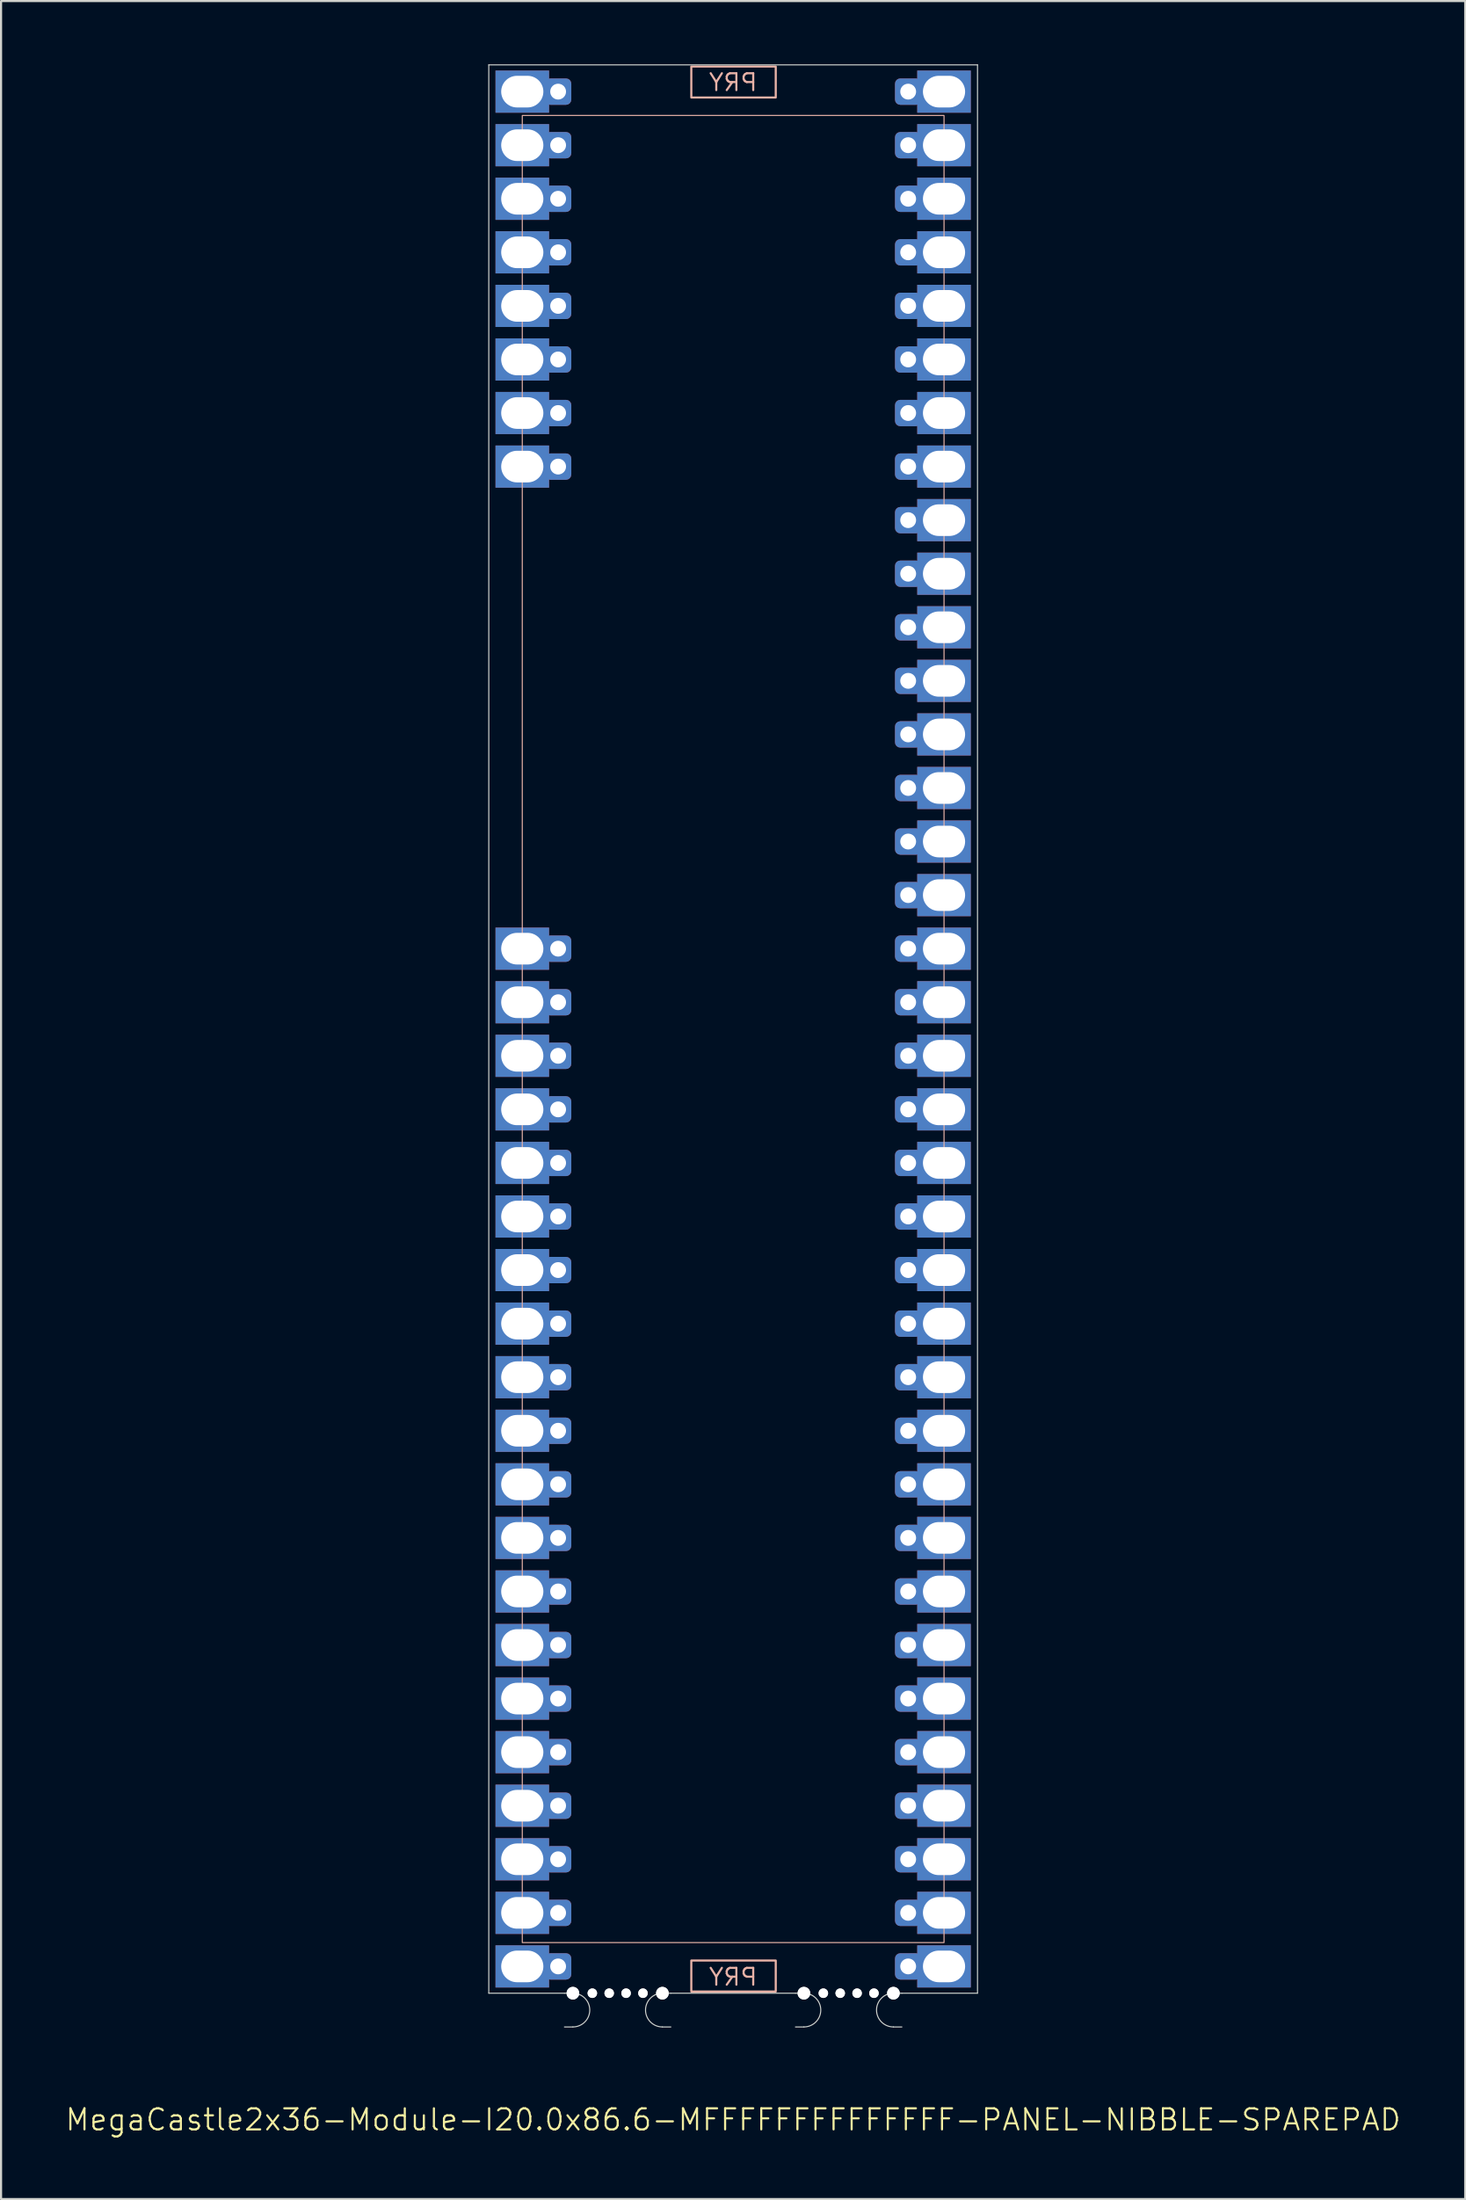
<source format=kicad_pcb>
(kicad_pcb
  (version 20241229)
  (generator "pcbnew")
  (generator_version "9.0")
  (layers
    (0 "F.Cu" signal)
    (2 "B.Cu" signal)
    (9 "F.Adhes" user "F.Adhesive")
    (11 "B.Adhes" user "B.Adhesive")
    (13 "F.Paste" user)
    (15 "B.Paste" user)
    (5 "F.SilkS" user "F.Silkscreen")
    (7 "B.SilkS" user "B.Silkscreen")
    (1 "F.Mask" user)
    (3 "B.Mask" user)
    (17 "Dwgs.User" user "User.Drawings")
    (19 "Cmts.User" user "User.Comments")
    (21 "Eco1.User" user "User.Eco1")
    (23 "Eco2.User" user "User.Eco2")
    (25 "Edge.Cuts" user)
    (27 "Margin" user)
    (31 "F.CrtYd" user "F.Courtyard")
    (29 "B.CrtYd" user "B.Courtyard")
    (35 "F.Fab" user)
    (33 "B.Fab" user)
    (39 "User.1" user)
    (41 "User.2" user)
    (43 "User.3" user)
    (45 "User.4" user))
  (footprint "MegaCastle2x36-Module-I20.0x86.6-MFFFFFFFFFFFFFF-PANEL-NIBBLE-SPAREPAD"
    (layer "F.Cu")
    (at 31.717 45.745)
    (property "Reference" "MegaCastle2x36-Module-I20.0x86.6-MFFFFFFFFFFFFFF-PANEL-NIBBLE-SPAREPAD" (at 0 51.72 0) (unlocked yes) (layer "F.SilkS") (effects (font (size 1 1) (thickness 0.1))))
    (attr smd)
    (fp_rect (start -10 43.32) (end 10 -43.32) (stroke (width 0.05) (type default)) (fill no) (layer "B.SilkS"))
    (fp_rect (start -1.984 -44.171) (end 2.02 -45.64) (stroke (width 0.1) (type default)) (fill no) (layer "B.SilkS"))
    (fp_rect (start -1.984 44.171) (end 2.02 45.64) (stroke (width 0.1) (type default)) (fill no) (layer "B.SilkS"))
    (fp_line (start -11.588 -45.72) (end -11.588 45.72) (stroke (width 0.05) (type default)) (layer "Edge.Cuts"))
    (fp_line (start -11.588 -45.72) (end 11.588 -45.72) (stroke (width 0.05) (type default)) (layer "Edge.Cuts"))
    (fp_line (start -11.588 45.72) (end -8 45.72) (stroke (width 0.05) (type default)) (layer "Edge.Cuts"))
    (fp_line (start -8 45.72) (end -7.6 45.72) (stroke (width 0.05) (type default)) (layer "Edge.Cuts"))
    (fp_line (start -8 47.32) (end -7.6 47.32) (stroke (width 0.05) (type default)) (layer "Edge.Cuts"))
    (fp_line (start -2.955 45.72) (end -3.355 45.72) (stroke (width 0.05) (type default)) (layer "Edge.Cuts"))
    (fp_line (start -2.955 45.72) (end 2.955 45.72) (stroke (width 0.05) (type default)) (layer "Edge.Cuts"))
    (fp_line (start -2.955 47.32) (end -3.355 47.32) (stroke (width 0.05) (type default)) (layer "Edge.Cuts"))
    (fp_line (start 2.955 45.72) (end 3.355 45.72) (stroke (width 0.05) (type default)) (layer "Edge.Cuts"))
    (fp_line (start 2.955 47.32) (end 3.355 47.32) (stroke (width 0.05) (type default)) (layer "Edge.Cuts"))
    (fp_line (start 8 45.72) (end 7.6 45.72) (stroke (width 0.05) (type default)) (layer "Edge.Cuts"))
    (fp_line (start 8 45.72) (end 11.588 45.72) (stroke (width 0.05) (type default)) (layer "Edge.Cuts"))
    (fp_line (start 8 47.32) (end 7.6 47.32) (stroke (width 0.05) (type default)) (layer "Edge.Cuts"))
    (fp_line (start 11.588 -45.72) (end 11.588 45.72) (stroke (width 0.05) (type default)) (layer "Edge.Cuts"))
    (fp_arc (start -7.6 45.720001) (mid -6.8 46.52) (end -7.6 47.32) (stroke (width 0.05) (type default)) (layer "Edge.Cuts"))
    (fp_arc (start -3.355 47.32) (mid -4.155 46.520001) (end -3.355 45.720001) (stroke (width 0.05) (type default)) (layer "Edge.Cuts"))
    (fp_arc (start 3.355 45.720001) (mid 4.155 46.52) (end 3.355 47.32) (stroke (width 0.05) (type default)) (layer "Edge.Cuts"))
    (fp_arc (start 7.6 47.32) (mid 6.8 46.52) (end 7.6 45.720001) (stroke (width 0.05) (type default)) (layer "Edge.Cuts"))
    (fp_text user "PRY" (at 0 -44.42 0) (unlocked yes) (layer "B.SilkS") (effects (font (size 0.8 0.8) (thickness 0.1)) (justify bottom mirror)))
    (fp_text user "PRY" (at 0 45.42 0) (unlocked yes) (layer "B.SilkS") (effects (font (size 0.8 0.8) (thickness 0.1)) (justify bottom mirror)))
    (pad "" np_thru_hole circle (at -7.6 45.72) (size 0.6 0.6) (drill 0.6) (layers "*.Cu" "Edge.Cuts"))
    (pad "" np_thru_hole circle (at -6.678 45.72) (size 0.45 0.45) (drill 0.45) (layers "*.Cu" "Edge.Cuts"))
    (pad "" np_thru_hole circle (at -5.878 45.72) (size 0.45 0.45) (drill 0.45) (layers "*.Cu" "Edge.Cuts"))
    (pad "" np_thru_hole circle (at -5.077 45.72) (size 0.45 0.45) (drill 0.45) (layers "*.Cu" "Edge.Cuts"))
    (pad "" np_thru_hole circle (at -4.277 45.72) (size 0.45 0.45) (drill 0.45) (layers "*.Cu" "Edge.Cuts"))
    (pad "" np_thru_hole circle (at -3.355 45.72) (size 0.6 0.6) (drill 0.6) (layers "*.Cu" "Edge.Cuts"))
    (pad "" np_thru_hole circle (at 3.355 45.72) (size 0.6 0.6) (drill 0.6) (layers "*.Cu" "Edge.Cuts"))
    (pad "" np_thru_hole circle (at 4.277 45.72) (size 0.45 0.45) (drill 0.45) (layers "*.Cu" "Edge.Cuts"))
    (pad "" np_thru_hole circle (at 5.077 45.72) (size 0.45 0.45) (drill 0.45) (layers "*.Cu" "Edge.Cuts"))
    (pad "" np_thru_hole circle (at 5.878 45.72) (size 0.45 0.45) (drill 0.45) (layers "*.Cu" "Edge.Cuts"))
    (pad "" np_thru_hole circle (at 6.678 45.72) (size 0.45 0.45) (drill 0.45) (layers "*.Cu" "Edge.Cuts"))
    (pad "" np_thru_hole circle (at 7.6 45.72) (size 0.6 0.6) (drill 0.6) (layers "*.Cu" "Edge.Cuts"))
    (pad "1" thru_hole rect (at -10 -44.45) (size 2.54 2) (drill oval 2 1.5) (property pad_prop_castellated) (layers "*.Cu" "*.Mask"))
    (pad "1" thru_hole roundrect (at -8.3 -44.45 180) (size 1.25 1.25) (drill 0.75) (layers "*.Cu" "*.Mask") (roundrect_rratio 0.2))
    (pad "2" thru_hole rect (at -10 -41.91) (size 2.54 2) (drill oval 2 1.5) (property pad_prop_castellated) (layers "*.Cu" "*.Mask"))
    (pad "2" thru_hole roundrect (at -8.3 -41.91 180) (size 1.25 1.25) (drill 0.75) (layers "*.Cu" "*.Mask") (roundrect_rratio 0.2))
    (pad "3" thru_hole rect (at -10 -39.37) (size 2.54 2) (drill oval 2 1.5) (property pad_prop_castellated) (layers "*.Cu" "*.Mask"))
    (pad "3" thru_hole roundrect (at -8.3 -39.37 180) (size 1.25 1.25) (drill 0.75) (layers "*.Cu" "*.Mask") (roundrect_rratio 0.2))
    (pad "4" thru_hole rect (at -10 -36.83) (size 2.54 2) (drill oval 2 1.5) (property pad_prop_castellated) (layers "*.Cu" "*.Mask"))
    (pad "4" thru_hole roundrect (at -8.3 -36.83 180) (size 1.25 1.25) (drill 0.75) (layers "*.Cu" "*.Mask") (roundrect_rratio 0.2))
    (pad "5" thru_hole rect (at -10 -34.29) (size 2.54 2) (drill oval 2 1.5) (property pad_prop_castellated) (layers "*.Cu" "*.Mask"))
    (pad "5" thru_hole roundrect (at -8.3 -34.29 180) (size 1.25 1.25) (drill 0.75) (layers "*.Cu" "*.Mask") (roundrect_rratio 0.2))
    (pad "6" thru_hole rect (at -10 -31.75) (size 2.54 2) (drill oval 2 1.5) (property pad_prop_castellated) (layers "*.Cu" "*.Mask"))
    (pad "6" thru_hole roundrect (at -8.3 -31.75 180) (size 1.25 1.25) (drill 0.75) (layers "*.Cu" "*.Mask") (roundrect_rratio 0.2))
    (pad "7" thru_hole rect (at -10 -29.21) (size 2.54 2) (drill oval 2 1.5) (property pad_prop_castellated) (layers "*.Cu" "*.Mask"))
    (pad "7" thru_hole roundrect (at -8.3 -29.21 180) (size 1.25 1.25) (drill 0.75) (layers "*.Cu" "*.Mask") (roundrect_rratio 0.2))
    (pad "8" thru_hole rect (at -10 -26.67) (size 2.54 2) (drill oval 2 1.5) (property pad_prop_castellated) (layers "*.Cu" "*.Mask"))
    (pad "8" thru_hole roundrect (at -8.3 -26.67 180) (size 1.25 1.25) (drill 0.75) (layers "*.Cu" "*.Mask") (roundrect_rratio 0.2))
    (pad "17" thru_hole rect (at -10 -3.81) (size 2.54 2) (drill oval 2 1.5) (property pad_prop_castellated) (layers "*.Cu" "*.Mask"))
    (pad "17" thru_hole roundrect (at -8.3 -3.81 180) (size 1.25 1.25) (drill 0.75) (layers "*.Cu" "*.Mask") (roundrect_rratio 0.2))
    (pad "18" thru_hole rect (at -10 -1.27) (size 2.54 2) (drill oval 2 1.5) (property pad_prop_castellated) (layers "*.Cu" "*.Mask"))
    (pad "18" thru_hole roundrect (at -8.3 -1.27 180) (size 1.25 1.25) (drill 0.75) (layers "*.Cu" "*.Mask") (roundrect_rratio 0.2))
    (pad "19" thru_hole rect (at -10 1.27) (size 2.54 2) (drill oval 2 1.5) (property pad_prop_castellated) (layers "*.Cu" "*.Mask"))
    (pad "19" thru_hole roundrect (at -8.3 1.27 180) (size 1.25 1.25) (drill 0.75) (layers "*.Cu" "*.Mask") (roundrect_rratio 0.2))
    (pad "20" thru_hole rect (at -10 3.81) (size 2.54 2) (drill oval 2 1.5) (property pad_prop_castellated) (layers "*.Cu" "*.Mask"))
    (pad "20" thru_hole roundrect (at -8.3 3.81 180) (size 1.25 1.25) (drill 0.75) (layers "*.Cu" "*.Mask") (roundrect_rratio 0.2))
    (pad "21" thru_hole rect (at -10 6.35) (size 2.54 2) (drill oval 2 1.5) (property pad_prop_castellated) (layers "*.Cu" "*.Mask"))
    (pad "21" thru_hole roundrect (at -8.3 6.35 180) (size 1.25 1.25) (drill 0.75) (layers "*.Cu" "*.Mask") (roundrect_rratio 0.2))
    (pad "22" thru_hole rect (at -10 8.89) (size 2.54 2) (drill oval 2 1.5) (property pad_prop_castellated) (layers "*.Cu" "*.Mask"))
    (pad "22" thru_hole roundrect (at -8.3 8.89 180) (size 1.25 1.25) (drill 0.75) (layers "*.Cu" "*.Mask") (roundrect_rratio 0.2))
    (pad "23" thru_hole rect (at -10 11.43) (size 2.54 2) (drill oval 2 1.5) (property pad_prop_castellated) (layers "*.Cu" "*.Mask"))
    (pad "23" thru_hole roundrect (at -8.3 11.43 180) (size 1.25 1.25) (drill 0.75) (layers "*.Cu" "*.Mask") (roundrect_rratio 0.2))
    (pad "24" thru_hole rect (at -10 13.97) (size 2.54 2) (drill oval 2 1.5) (property pad_prop_castellated) (layers "*.Cu" "*.Mask"))
    (pad "24" thru_hole roundrect (at -8.3 13.97 180) (size 1.25 1.25) (drill 0.75) (layers "*.Cu" "*.Mask") (roundrect_rratio 0.2))
    (pad "25" thru_hole rect (at -10 16.51) (size 2.54 2) (drill oval 2 1.5) (property pad_prop_castellated) (layers "*.Cu" "*.Mask"))
    (pad "25" thru_hole roundrect (at -8.3 16.51 180) (size 1.25 1.25) (drill 0.75) (layers "*.Cu" "*.Mask") (roundrect_rratio 0.2))
    (pad "26" thru_hole rect (at -10 19.05) (size 2.54 2) (drill oval 2 1.5) (property pad_prop_castellated) (layers "*.Cu" "*.Mask"))
    (pad "26" thru_hole roundrect (at -8.3 19.05 180) (size 1.25 1.25) (drill 0.75) (layers "*.Cu" "*.Mask") (roundrect_rratio 0.2))
    (pad "27" thru_hole rect (at -10 21.59) (size 2.54 2) (drill oval 2 1.5) (property pad_prop_castellated) (layers "*.Cu" "*.Mask"))
    (pad "27" thru_hole roundrect (at -8.3 21.59 180) (size 1.25 1.25) (drill 0.75) (layers "*.Cu" "*.Mask") (roundrect_rratio 0.2))
    (pad "28" thru_hole rect (at -10 24.13) (size 2.54 2) (drill oval 2 1.5) (property pad_prop_castellated) (layers "*.Cu" "*.Mask"))
    (pad "28" thru_hole roundrect (at -8.3 24.13 180) (size 1.25 1.25) (drill 0.75) (layers "*.Cu" "*.Mask") (roundrect_rratio 0.2))
    (pad "29" thru_hole rect (at -10 26.67) (size 2.54 2) (drill oval 2 1.5) (property pad_prop_castellated) (layers "*.Cu" "*.Mask"))
    (pad "29" thru_hole roundrect (at -8.3 26.67 180) (size 1.25 1.25) (drill 0.75) (layers "*.Cu" "*.Mask") (roundrect_rratio 0.2))
    (pad "30" thru_hole rect (at -10 29.21) (size 2.54 2) (drill oval 2 1.5) (property pad_prop_castellated) (layers "*.Cu" "*.Mask"))
    (pad "30" thru_hole roundrect (at -8.3 29.21 180) (size 1.25 1.25) (drill 0.75) (layers "*.Cu" "*.Mask") (roundrect_rratio 0.2))
    (pad "31" thru_hole rect (at -10 31.75) (size 2.54 2) (drill oval 2 1.5) (property pad_prop_castellated) (layers "*.Cu" "*.Mask"))
    (pad "31" thru_hole roundrect (at -8.3 31.75 180) (size 1.25 1.25) (drill 0.75) (layers "*.Cu" "*.Mask") (roundrect_rratio 0.2))
    (pad "32" thru_hole rect (at -10 34.29) (size 2.54 2) (drill oval 2 1.5) (property pad_prop_castellated) (layers "*.Cu" "*.Mask"))
    (pad "32" thru_hole roundrect (at -8.3 34.29 180) (size 1.25 1.25) (drill 0.75) (layers "*.Cu" "*.Mask") (roundrect_rratio 0.2))
    (pad "33" thru_hole rect (at -10 36.83) (size 2.54 2) (drill oval 2 1.5) (property pad_prop_castellated) (layers "*.Cu" "*.Mask"))
    (pad "33" thru_hole roundrect (at -8.3 36.83 180) (size 1.25 1.25) (drill 0.75) (layers "*.Cu" "*.Mask") (roundrect_rratio 0.2))
    (pad "34" thru_hole rect (at -10 39.37) (size 2.54 2) (drill oval 2 1.5) (property pad_prop_castellated) (layers "*.Cu" "*.Mask"))
    (pad "34" thru_hole roundrect (at -8.3 39.37 180) (size 1.25 1.25) (drill 0.75) (layers "*.Cu" "*.Mask") (roundrect_rratio 0.2))
    (pad "35" thru_hole rect (at -10 41.91) (size 2.54 2) (drill oval 2 1.5) (property pad_prop_castellated) (layers "*.Cu" "*.Mask"))
    (pad "35" thru_hole roundrect (at -8.3 41.91 180) (size 1.25 1.25) (drill 0.75) (layers "*.Cu" "*.Mask") (roundrect_rratio 0.2))
    (pad "36" thru_hole rect (at -10 44.45) (size 2.54 2) (drill oval 2 1.5) (property pad_prop_castellated) (layers "*.Cu" "*.Mask"))
    (pad "36" thru_hole roundrect (at -8.3 44.45 180) (size 1.25 1.25) (drill 0.75) (layers "*.Cu" "*.Mask") (roundrect_rratio 0.2))
    (pad "37" thru_hole roundrect (at 8.3 -44.45 180) (size 1.25 1.25) (drill 0.75) (layers "*.Cu" "*.Mask") (roundrect_rratio 0.2))
    (pad "37" thru_hole rect (at 10 -44.45) (size 2.54 2) (drill oval 2 1.5) (property pad_prop_castellated) (layers "*.Cu" "*.Mask"))
    (pad "38" thru_hole roundrect (at 8.3 -41.91 180) (size 1.25 1.25) (drill 0.75) (layers "*.Cu" "*.Mask") (roundrect_rratio 0.2))
    (pad "38" thru_hole rect (at 10 -41.91) (size 2.54 2) (drill oval 2 1.5) (property pad_prop_castellated) (layers "*.Cu" "*.Mask"))
    (pad "39" thru_hole roundrect (at 8.3 -39.37 180) (size 1.25 1.25) (drill 0.75) (layers "*.Cu" "*.Mask") (roundrect_rratio 0.2))
    (pad "39" thru_hole rect (at 10 -39.37) (size 2.54 2) (drill oval 2 1.5) (property pad_prop_castellated) (layers "*.Cu" "*.Mask"))
    (pad "40" thru_hole roundrect (at 8.3 -36.83 180) (size 1.25 1.25) (drill 0.75) (layers "*.Cu" "*.Mask") (roundrect_rratio 0.2))
    (pad "40" thru_hole rect (at 10 -36.83) (size 2.54 2) (drill oval 2 1.5) (property pad_prop_castellated) (layers "*.Cu" "*.Mask"))
    (pad "41" thru_hole roundrect (at 8.3 -34.29 180) (size 1.25 1.25) (drill 0.75) (layers "*.Cu" "*.Mask") (roundrect_rratio 0.2))
    (pad "41" thru_hole rect (at 10 -34.29) (size 2.54 2) (drill oval 2 1.5) (property pad_prop_castellated) (layers "*.Cu" "*.Mask"))
    (pad "42" thru_hole roundrect (at 8.3 -31.75 180) (size 1.25 1.25) (drill 0.75) (layers "*.Cu" "*.Mask") (roundrect_rratio 0.2))
    (pad "42" thru_hole rect (at 10 -31.75) (size 2.54 2) (drill oval 2 1.5) (property pad_prop_castellated) (layers "*.Cu" "*.Mask"))
    (pad "43" thru_hole roundrect (at 8.3 -29.21 180) (size 1.25 1.25) (drill 0.75) (layers "*.Cu" "*.Mask") (roundrect_rratio 0.2))
    (pad "43" thru_hole rect (at 10 -29.21) (size 2.54 2) (drill oval 2 1.5) (property pad_prop_castellated) (layers "*.Cu" "*.Mask"))
    (pad "44" thru_hole roundrect (at 8.3 -26.67 180) (size 1.25 1.25) (drill 0.75) (layers "*.Cu" "*.Mask") (roundrect_rratio 0.2))
    (pad "44" thru_hole rect (at 10 -26.67) (size 2.54 2) (drill oval 2 1.5) (property pad_prop_castellated) (layers "*.Cu" "*.Mask"))
    (pad "45" thru_hole roundrect (at 8.3 -24.13 180) (size 1.25 1.25) (drill 0.75) (layers "*.Cu" "*.Mask") (roundrect_rratio 0.2))
    (pad "45" thru_hole rect (at 10 -24.13) (size 2.54 2) (drill oval 2 1.5) (property pad_prop_castellated) (layers "*.Cu" "*.Mask"))
    (pad "46" thru_hole roundrect (at 8.3 -21.59 180) (size 1.25 1.25) (drill 0.75) (layers "*.Cu" "*.Mask") (roundrect_rratio 0.2))
    (pad "46" thru_hole rect (at 10 -21.59) (size 2.54 2) (drill oval 2 1.5) (property pad_prop_castellated) (layers "*.Cu" "*.Mask"))
    (pad "47" thru_hole roundrect (at 8.3 -19.05 180) (size 1.25 1.25) (drill 0.75) (layers "*.Cu" "*.Mask") (roundrect_rratio 0.2))
    (pad "47" thru_hole rect (at 10 -19.05) (size 2.54 2) (drill oval 2 1.5) (property pad_prop_castellated) (layers "*.Cu" "*.Mask"))
    (pad "48" thru_hole roundrect (at 8.3 -16.51 180) (size 1.25 1.25) (drill 0.75) (layers "*.Cu" "*.Mask") (roundrect_rratio 0.2))
    (pad "48" thru_hole rect (at 10 -16.51) (size 2.54 2) (drill oval 2 1.5) (property pad_prop_castellated) (layers "*.Cu" "*.Mask"))
    (pad "49" thru_hole roundrect (at 8.3 -13.97 180) (size 1.25 1.25) (drill 0.75) (layers "*.Cu" "*.Mask") (roundrect_rratio 0.2))
    (pad "49" thru_hole rect (at 10 -13.97) (size 2.54 2) (drill oval 2 1.5) (property pad_prop_castellated) (layers "*.Cu" "*.Mask"))
    (pad "50" thru_hole roundrect (at 8.3 -11.43 180) (size 1.25 1.25) (drill 0.75) (layers "*.Cu" "*.Mask") (roundrect_rratio 0.2))
    (pad "50" thru_hole rect (at 10 -11.43) (size 2.54 2) (drill oval 2 1.5) (property pad_prop_castellated) (layers "*.Cu" "*.Mask"))
    (pad "51" thru_hole roundrect (at 8.3 -8.89 180) (size 1.25 1.25) (drill 0.75) (layers "*.Cu" "*.Mask") (roundrect_rratio 0.2))
    (pad "51" thru_hole rect (at 10 -8.89) (size 2.54 2) (drill oval 2 1.5) (property pad_prop_castellated) (layers "*.Cu" "*.Mask"))
    (pad "52" thru_hole roundrect (at 8.3 -6.35 180) (size 1.25 1.25) (drill 0.75) (layers "*.Cu" "*.Mask") (roundrect_rratio 0.2))
    (pad "52" thru_hole rect (at 10 -6.35) (size 2.54 2) (drill oval 2 1.5) (property pad_prop_castellated) (layers "*.Cu" "*.Mask"))
    (pad "53" thru_hole roundrect (at 8.3 -3.81 180) (size 1.25 1.25) (drill 0.75) (layers "*.Cu" "*.Mask") (roundrect_rratio 0.2))
    (pad "53" thru_hole rect (at 10 -3.81) (size 2.54 2) (drill oval 2 1.5) (property pad_prop_castellated) (layers "*.Cu" "*.Mask"))
    (pad "54" thru_hole roundrect (at 8.3 -1.27 180) (size 1.25 1.25) (drill 0.75) (layers "*.Cu" "*.Mask") (roundrect_rratio 0.2))
    (pad "54" thru_hole rect (at 10 -1.27) (size 2.54 2) (drill oval 2 1.5) (property pad_prop_castellated) (layers "*.Cu" "*.Mask"))
    (pad "55" thru_hole roundrect (at 8.3 1.27 180) (size 1.25 1.25) (drill 0.75) (layers "*.Cu" "*.Mask") (roundrect_rratio 0.2))
    (pad "55" thru_hole rect (at 10 1.27) (size 2.54 2) (drill oval 2 1.5) (property pad_prop_castellated) (layers "*.Cu" "*.Mask"))
    (pad "56" thru_hole roundrect (at 8.3 3.81 180) (size 1.25 1.25) (drill 0.75) (layers "*.Cu" "*.Mask") (roundrect_rratio 0.2))
    (pad "56" thru_hole rect (at 10 3.81) (size 2.54 2) (drill oval 2 1.5) (property pad_prop_castellated) (layers "*.Cu" "*.Mask"))
    (pad "57" thru_hole roundrect (at 8.3 6.35 180) (size 1.25 1.25) (drill 0.75) (layers "*.Cu" "*.Mask") (roundrect_rratio 0.2))
    (pad "57" thru_hole rect (at 10 6.35) (size 2.54 2) (drill oval 2 1.5) (property pad_prop_castellated) (layers "*.Cu" "*.Mask"))
    (pad "58" thru_hole roundrect (at 8.3 8.89 180) (size 1.25 1.25) (drill 0.75) (layers "*.Cu" "*.Mask") (roundrect_rratio 0.2))
    (pad "58" thru_hole rect (at 10 8.89) (size 2.54 2) (drill oval 2 1.5) (property pad_prop_castellated) (layers "*.Cu" "*.Mask"))
    (pad "59" thru_hole roundrect (at 8.3 11.43 180) (size 1.25 1.25) (drill 0.75) (layers "*.Cu" "*.Mask") (roundrect_rratio 0.2))
    (pad "59" thru_hole rect (at 10 11.43) (size 2.54 2) (drill oval 2 1.5) (property pad_prop_castellated) (layers "*.Cu" "*.Mask"))
    (pad "60" thru_hole roundrect (at 8.3 13.97 180) (size 1.25 1.25) (drill 0.75) (layers "*.Cu" "*.Mask") (roundrect_rratio 0.2))
    (pad "60" thru_hole rect (at 10 13.97) (size 2.54 2) (drill oval 2 1.5) (property pad_prop_castellated) (layers "*.Cu" "*.Mask"))
    (pad "61" thru_hole roundrect (at 8.3 16.51 180) (size 1.25 1.25) (drill 0.75) (layers "*.Cu" "*.Mask") (roundrect_rratio 0.2))
    (pad "61" thru_hole rect (at 10 16.51) (size 2.54 2) (drill oval 2 1.5) (property pad_prop_castellated) (layers "*.Cu" "*.Mask"))
    (pad "62" thru_hole roundrect (at 8.3 19.05 180) (size 1.25 1.25) (drill 0.75) (layers "*.Cu" "*.Mask") (roundrect_rratio 0.2))
    (pad "62" thru_hole rect (at 10 19.05) (size 2.54 2) (drill oval 2 1.5) (property pad_prop_castellated) (layers "*.Cu" "*.Mask"))
    (pad "63" thru_hole roundrect (at 8.3 21.59 180) (size 1.25 1.25) (drill 0.75) (layers "*.Cu" "*.Mask") (roundrect_rratio 0.2))
    (pad "63" thru_hole rect (at 10 21.59) (size 2.54 2) (drill oval 2 1.5) (property pad_prop_castellated) (layers "*.Cu" "*.Mask"))
    (pad "64" thru_hole roundrect (at 8.3 24.13 180) (size 1.25 1.25) (drill 0.75) (layers "*.Cu" "*.Mask") (roundrect_rratio 0.2))
    (pad "64" thru_hole rect (at 10 24.13) (size 2.54 2) (drill oval 2 1.5) (property pad_prop_castellated) (layers "*.Cu" "*.Mask"))
    (pad "65" thru_hole roundrect (at 8.3 26.67 180) (size 1.25 1.25) (drill 0.75) (layers "*.Cu" "*.Mask") (roundrect_rratio 0.2))
    (pad "65" thru_hole rect (at 10 26.67) (size 2.54 2) (drill oval 2 1.5) (property pad_prop_castellated) (layers "*.Cu" "*.Mask"))
    (pad "66" thru_hole roundrect (at 8.3 29.21 180) (size 1.25 1.25) (drill 0.75) (layers "*.Cu" "*.Mask") (roundrect_rratio 0.2))
    (pad "66" thru_hole rect (at 10 29.21) (size 2.54 2) (drill oval 2 1.5) (property pad_prop_castellated) (layers "*.Cu" "*.Mask"))
    (pad "67" thru_hole roundrect (at 8.3 31.75 180) (size 1.25 1.25) (drill 0.75) (layers "*.Cu" "*.Mask") (roundrect_rratio 0.2))
    (pad "67" thru_hole rect (at 10 31.75) (size 2.54 2) (drill oval 2 1.5) (property pad_prop_castellated) (layers "*.Cu" "*.Mask"))
    (pad "68" thru_hole roundrect (at 8.3 34.29 180) (size 1.25 1.25) (drill 0.75) (layers "*.Cu" "*.Mask") (roundrect_rratio 0.2))
    (pad "68" thru_hole rect (at 10 34.29) (size 2.54 2) (drill oval 2 1.5) (property pad_prop_castellated) (layers "*.Cu" "*.Mask"))
    (pad "69" thru_hole roundrect (at 8.3 36.83 180) (size 1.25 1.25) (drill 0.75) (layers "*.Cu" "*.Mask") (roundrect_rratio 0.2))
    (pad "69" thru_hole rect (at 10 36.83) (size 2.54 2) (drill oval 2 1.5) (property pad_prop_castellated) (layers "*.Cu" "*.Mask"))
    (pad "70" thru_hole roundrect (at 8.3 39.37 180) (size 1.25 1.25) (drill 0.75) (layers "*.Cu" "*.Mask") (roundrect_rratio 0.2))
    (pad "70" thru_hole rect (at 10 39.37) (size 2.54 2) (drill oval 2 1.5) (property pad_prop_castellated) (layers "*.Cu" "*.Mask"))
    (pad "71" thru_hole roundrect (at 8.3 41.91 180) (size 1.25 1.25) (drill 0.75) (layers "*.Cu" "*.Mask") (roundrect_rratio 0.2))
    (pad "71" thru_hole rect (at 10 41.91) (size 2.54 2) (drill oval 2 1.5) (property pad_prop_castellated) (layers "*.Cu" "*.Mask"))
    (pad "72" thru_hole roundrect (at 8.3 44.45 180) (size 1.25 1.25) (drill 0.75) (layers "*.Cu" "*.Mask") (roundrect_rratio 0.2))
    (pad "72" thru_hole rect (at 10 44.45) (size 2.54 2) (drill oval 2 1.5) (property pad_prop_castellated) (layers "*.Cu" "*.Mask"))
    (zone (net_name "") (layer "B.Cu") (hatch edge 0.5) (connect_pads) (min_thickness 0.25) (filled_areas_thickness no) (keepout (tracks allowed) (vias allowed) (pads allowed) (copperpour allowed) (footprints not_allowed)) (placement (enabled no)) (fill) (polygon (pts (xy 21.717 91.465) (xy 21.717 0.025))))
    (zone (net_name "") (layer "B.Cu") (hatch edge 0.5) (connect_pads) (min_thickness 0.25) (filled_areas_thickness no) (keepout (tracks allowed) (vias allowed) (pads allowed) (copperpour allowed) (footprints not_allowed)) (placement (enabled no)) (fill) (polygon (pts (xy 41.717 91.465) (xy 41.717 0.025))))
    (zone (net_name "") (layer "B.Cu") (hatch edge 0.5) (connect_pads) (min_thickness 0.25) (filled_areas_thickness no) (keepout (tracks allowed) (vias allowed) (pads allowed) (copperpour allowed) (footprints not_allowed)) (placement (enabled no)) (fill) (polygon (pts (xy 21.717 0.025) (xy 21.717 2.425) (xy 41.717 2.425) (xy 41.717 0.025))))
    (zone (net_name "") (layer "B.Cu") (hatch edge 0.5) (connect_pads) (min_thickness 0.25) (filled_areas_thickness no) (keepout (tracks allowed) (vias allowed) (pads allowed) (copperpour allowed) (footprints not_allowed)) (placement (enabled no)) (fill) (polygon (pts (xy 21.717 91.465) (xy 21.717 89.065) (xy 41.717 89.065) (xy 41.717 91.465))))
    (zone (net_name "") (layer "B.Cu") (name "Upper Pry Zone") (hatch edge 0.5) (connect_pads) (min_thickness 0.25) (filled_areas_thickness no) (keepout (tracks not_allowed) (vias not_allowed) (pads not_allowed) (copperpour allowed) (footprints not_allowed)) (placement (enabled no)) (fill) (polygon (pts (xy 29.732 1.574) (xy 29.732 0.105) (xy 33.736 0.105) (xy 33.736 1.574))))
    (zone (net_name "") (layer "B.Cu") (name "Upper Pry Zone") (hatch edge 0.5) (connect_pads) (min_thickness 0.25) (filled_areas_thickness no) (keepout (tracks not_allowed) (vias not_allowed) (pads not_allowed) (copperpour allowed) (footprints not_allowed)) (placement (enabled no)) (fill) (polygon (pts (xy 29.732 89.916) (xy 29.732 91.385) (xy 33.736 91.385) (xy 33.736 89.916)))))
  (gr_rect
    (start -3 -3)
    (end 66.433 101.226)
    (stroke (width 0.1) (type default))
    (fill no)
    (layer "Edge.Cuts")))
</source>
